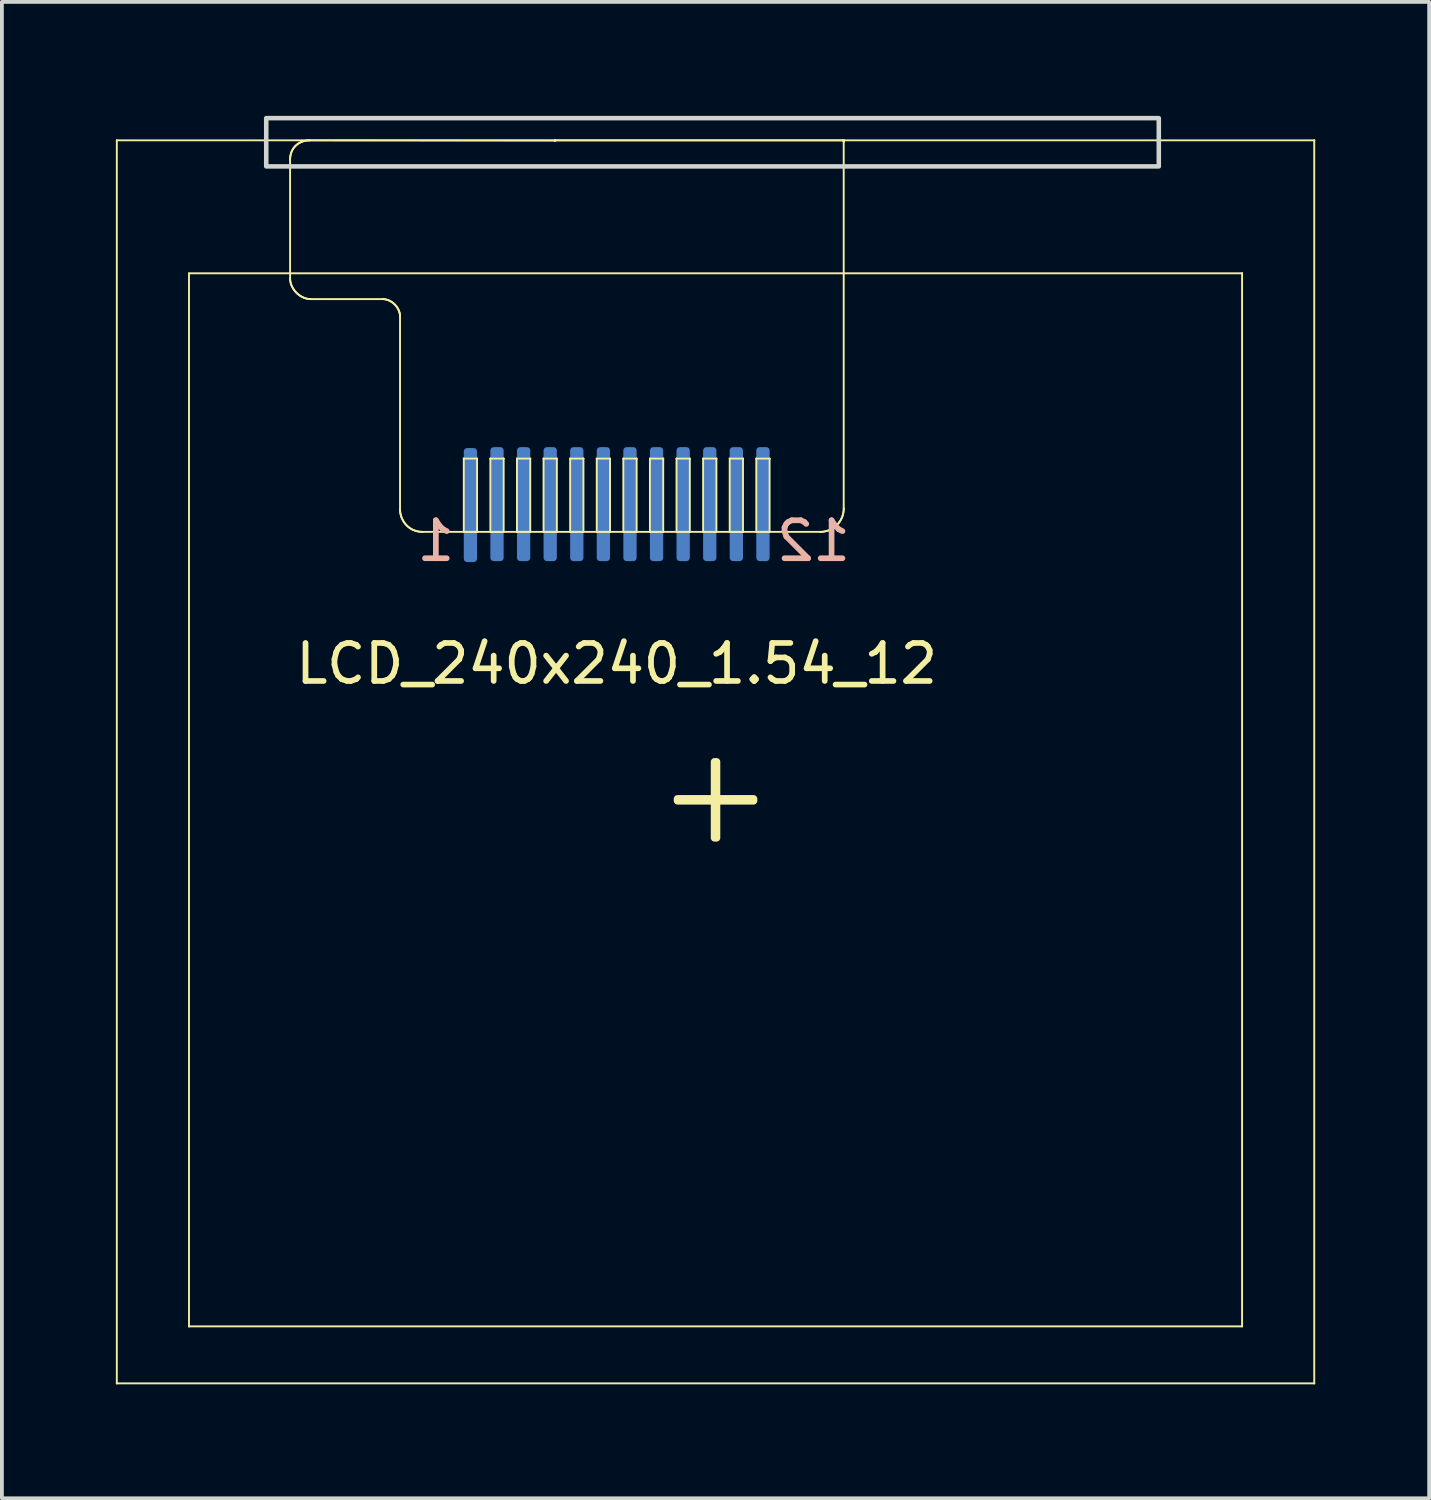
<source format=kicad_pcb>
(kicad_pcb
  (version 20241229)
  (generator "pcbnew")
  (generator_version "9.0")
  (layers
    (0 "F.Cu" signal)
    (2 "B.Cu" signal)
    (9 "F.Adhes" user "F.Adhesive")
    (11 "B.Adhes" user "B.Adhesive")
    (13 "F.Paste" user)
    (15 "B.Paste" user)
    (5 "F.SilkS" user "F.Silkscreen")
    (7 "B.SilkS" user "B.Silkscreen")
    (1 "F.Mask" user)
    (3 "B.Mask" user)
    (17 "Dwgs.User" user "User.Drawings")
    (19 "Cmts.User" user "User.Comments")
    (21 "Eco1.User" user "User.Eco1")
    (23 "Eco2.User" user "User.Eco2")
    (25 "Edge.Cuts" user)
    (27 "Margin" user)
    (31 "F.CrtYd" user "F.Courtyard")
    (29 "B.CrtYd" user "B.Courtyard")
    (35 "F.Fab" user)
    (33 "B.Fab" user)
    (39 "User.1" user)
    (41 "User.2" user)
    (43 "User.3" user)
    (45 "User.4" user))
  (footprint "LCD_240x240_1.54_12"
    (layer "F.Cu")
    (at 13.183 10.22)
    (property "Reference" "LCD_240x240_1.54_12" (at 0 4.2 0) (unlocked yes) (layer "F.SilkS") (effects (font (size 1 1) (thickness 0.15))))
    (attr smd)
    (fp_line (start -13.158 -9.576) (end 18.362 -9.576) (stroke (width 0.05) (type solid)) (layer "F.SilkS"))
    (fp_line (start -13.158 23.144) (end -13.158 -9.576) (stroke (width 0.05) (type solid)) (layer "F.SilkS"))
    (fp_line (start -13.158 23.144) (end -13.158 23.144) (stroke (width 0.05) (type solid)) (layer "F.SilkS"))
    (fp_line (start -11.258 -6.076) (end 16.462 -6.076) (stroke (width 0.05) (type solid)) (layer "F.SilkS"))
    (fp_line (start -11.258 21.644) (end -11.258 -6.076) (stroke (width 0.05) (type solid)) (layer "F.SilkS"))
    (fp_line (start -11.258 21.644) (end -11.258 21.644) (stroke (width 0.05) (type solid)) (layer "F.SilkS"))
    (fp_line (start -8.597 -9.062) (end -8.597 -9.062) (stroke (width 0.05) (type solid)) (layer "F.SilkS"))
    (fp_line (start -8.597 -9.062) (end -8.596 -9.093) (stroke (width 0.05) (type solid)) (layer "F.SilkS"))
    (fp_line (start -8.597 -5.941) (end -8.597 -9.062) (stroke (width 0.05) (type solid)) (layer "F.SilkS"))
    (fp_line (start -8.597 -5.941) (end -8.597 -5.941) (stroke (width 0.05) (type solid)) (layer "F.SilkS"))
    (fp_line (start -8.596 -9.093) (end -8.594 -9.123) (stroke (width 0.05) (type solid)) (layer "F.SilkS"))
    (fp_line (start -8.596 -5.916) (end -8.597 -5.941) (stroke (width 0.05) (type solid)) (layer "F.SilkS"))
    (fp_line (start -8.594 -9.123) (end -8.591 -9.152) (stroke (width 0.05) (type solid)) (layer "F.SilkS"))
    (fp_line (start -8.594 -5.89) (end -8.596 -5.916) (stroke (width 0.05) (type solid)) (layer "F.SilkS"))
    (fp_line (start -8.591 -9.152) (end -8.586 -9.18) (stroke (width 0.05) (type solid)) (layer "F.SilkS"))
    (fp_line (start -8.59 -5.865) (end -8.594 -5.89) (stroke (width 0.05) (type solid)) (layer "F.SilkS"))
    (fp_line (start -8.586 -9.18) (end -8.58 -9.208) (stroke (width 0.05) (type solid)) (layer "F.SilkS"))
    (fp_line (start -8.585 -5.84) (end -8.59 -5.865) (stroke (width 0.05) (type solid)) (layer "F.SilkS"))
    (fp_line (start -8.58 -9.208) (end -8.572 -9.234) (stroke (width 0.05) (type solid)) (layer "F.SilkS"))
    (fp_line (start -8.579 -5.815) (end -8.585 -5.84) (stroke (width 0.05) (type solid)) (layer "F.SilkS"))
    (fp_line (start -8.572 -9.234) (end -8.564 -9.259) (stroke (width 0.05) (type solid)) (layer "F.SilkS"))
    (fp_line (start -8.571 -5.79) (end -8.579 -5.815) (stroke (width 0.05) (type solid)) (layer "F.SilkS"))
    (fp_line (start -8.564 -9.259) (end -8.554 -9.284) (stroke (width 0.05) (type solid)) (layer "F.SilkS"))
    (fp_line (start -8.563 -5.766) (end -8.571 -5.79) (stroke (width 0.05) (type solid)) (layer "F.SilkS"))
    (fp_line (start -8.554 -9.284) (end -8.543 -9.307) (stroke (width 0.05) (type solid)) (layer "F.SilkS"))
    (fp_line (start -8.553 -5.742) (end -8.563 -5.766) (stroke (width 0.05) (type solid)) (layer "F.SilkS"))
    (fp_line (start -8.543 -9.307) (end -8.531 -9.33) (stroke (width 0.05) (type solid)) (layer "F.SilkS"))
    (fp_line (start -8.541 -5.718) (end -8.553 -5.742) (stroke (width 0.05) (type solid)) (layer "F.SilkS"))
    (fp_line (start -8.531 -9.33) (end -8.518 -9.351) (stroke (width 0.05) (type solid)) (layer "F.SilkS"))
    (fp_line (start -8.529 -5.695) (end -8.541 -5.718) (stroke (width 0.05) (type solid)) (layer "F.SilkS"))
    (fp_line (start -8.518 -9.351) (end -8.504 -9.372) (stroke (width 0.05) (type solid)) (layer "F.SilkS"))
    (fp_line (start -8.515 -5.672) (end -8.529 -5.695) (stroke (width 0.05) (type solid)) (layer "F.SilkS"))
    (fp_line (start -8.504 -9.372) (end -8.489 -9.392) (stroke (width 0.05) (type solid)) (layer "F.SilkS"))
    (fp_line (start -8.501 -5.65) (end -8.515 -5.672) (stroke (width 0.05) (type solid)) (layer "F.SilkS"))
    (fp_line (start -8.489 -9.392) (end -8.473 -9.41) (stroke (width 0.05) (type solid)) (layer "F.SilkS"))
    (fp_line (start -8.485 -5.628) (end -8.501 -5.65) (stroke (width 0.05) (type solid)) (layer "F.SilkS"))
    (fp_line (start -8.473 -9.41) (end -8.457 -9.428) (stroke (width 0.05) (type solid)) (layer "F.SilkS"))
    (fp_line (start -8.469 -5.607) (end -8.485 -5.628) (stroke (width 0.05) (type solid)) (layer "F.SilkS"))
    (fp_line (start -8.457 -9.428) (end -8.439 -9.445) (stroke (width 0.05) (type solid)) (layer "F.SilkS"))
    (fp_line (start -8.451 -5.587) (end -8.469 -5.607) (stroke (width 0.05) (type solid)) (layer "F.SilkS"))
    (fp_line (start -8.439 -9.445) (end -8.421 -9.46) (stroke (width 0.05) (type solid)) (layer "F.SilkS"))
    (fp_line (start -8.433 -5.567) (end -8.451 -5.587) (stroke (width 0.05) (type solid)) (layer "F.SilkS"))
    (fp_line (start -8.421 -9.46) (end -8.402 -9.475) (stroke (width 0.05) (type solid)) (layer "F.SilkS"))
    (fp_line (start -8.414 -5.549) (end -8.433 -5.567) (stroke (width 0.05) (type solid)) (layer "F.SilkS"))
    (fp_line (start -8.402 -9.475) (end -8.382 -9.489) (stroke (width 0.05) (type solid)) (layer "F.SilkS"))
    (fp_line (start -8.394 -5.531) (end -8.414 -5.549) (stroke (width 0.05) (type solid)) (layer "F.SilkS"))
    (fp_line (start -8.382 -9.489) (end -8.362 -9.502) (stroke (width 0.05) (type solid)) (layer "F.SilkS"))
    (fp_line (start -8.373 -5.514) (end -8.394 -5.531) (stroke (width 0.05) (type solid)) (layer "F.SilkS"))
    (fp_line (start -8.362 -9.502) (end -8.341 -9.513) (stroke (width 0.05) (type solid)) (layer "F.SilkS"))
    (fp_line (start -8.352 -5.498) (end -8.373 -5.514) (stroke (width 0.05) (type solid)) (layer "F.SilkS"))
    (fp_line (start -8.341 -9.513) (end -8.319 -9.524) (stroke (width 0.05) (type solid)) (layer "F.SilkS"))
    (fp_line (start -8.33 -5.483) (end -8.352 -5.498) (stroke (width 0.05) (type solid)) (layer "F.SilkS"))
    (fp_line (start -8.319 -9.524) (end -8.297 -9.534) (stroke (width 0.05) (type solid)) (layer "F.SilkS"))
    (fp_line (start -8.307 -5.468) (end -8.33 -5.483) (stroke (width 0.05) (type solid)) (layer "F.SilkS"))
    (fp_line (start -8.297 -9.534) (end -8.275 -9.543) (stroke (width 0.05) (type solid)) (layer "F.SilkS"))
    (fp_line (start -8.284 -5.456) (end -8.307 -5.468) (stroke (width 0.05) (type solid)) (layer "F.SilkS"))
    (fp_line (start -8.275 -9.543) (end -8.252 -9.55) (stroke (width 0.05) (type solid)) (layer "F.SilkS"))
    (fp_line (start -8.26 -5.444) (end -8.284 -5.456) (stroke (width 0.05) (type solid)) (layer "F.SilkS"))
    (fp_line (start -8.252 -9.55) (end -8.229 -9.557) (stroke (width 0.05) (type solid)) (layer "F.SilkS"))
    (fp_line (start -8.235 -5.433) (end -8.26 -5.444) (stroke (width 0.05) (type solid)) (layer "F.SilkS"))
    (fp_line (start -8.229 -9.557) (end -8.205 -9.563) (stroke (width 0.05) (type solid)) (layer "F.SilkS"))
    (fp_line (start -8.21 -5.424) (end -8.235 -5.433) (stroke (width 0.05) (type solid)) (layer "F.SilkS"))
    (fp_line (start -8.205 -9.563) (end -8.181 -9.567) (stroke (width 0.05) (type solid)) (layer "F.SilkS"))
    (fp_line (start -8.185 -5.416) (end -8.21 -5.424) (stroke (width 0.05) (type solid)) (layer "F.SilkS"))
    (fp_line (start -8.181 -9.567) (end -8.157 -9.571) (stroke (width 0.05) (type solid)) (layer "F.SilkS"))
    (fp_line (start -8.159 -5.409) (end -8.185 -5.416) (stroke (width 0.05) (type solid)) (layer "F.SilkS"))
    (fp_line (start -8.157 -9.571) (end -8.133 -9.574) (stroke (width 0.05) (type solid)) (layer "F.SilkS"))
    (fp_line (start -8.133 -5.404) (end -8.159 -5.409) (stroke (width 0.05) (type solid)) (layer "F.SilkS"))
    (fp_line (start -8.133 -9.574) (end -8.108 -9.575) (stroke (width 0.05) (type solid)) (layer "F.SilkS"))
    (fp_line (start -8.108 -9.575) (end -8.083 -9.576) (stroke (width 0.05) (type solid)) (layer "F.SilkS"))
    (fp_line (start -8.106 -5.4) (end -8.133 -5.404) (stroke (width 0.05) (type solid)) (layer "F.SilkS"))
    (fp_line (start -8.083 -9.576) (end -8.083 -9.576) (stroke (width 0.05) (type solid)) (layer "F.SilkS"))
    (fp_line (start -8.083 -9.576) (end -1.63 -9.571) (stroke (width 0.05) (type solid)) (layer "F.SilkS"))
    (fp_line (start -8.08 -5.398) (end -8.106 -5.4) (stroke (width 0.05) (type solid)) (layer "F.SilkS"))
    (fp_line (start -8.053 -5.397) (end -8.08 -5.398) (stroke (width 0.05) (type solid)) (layer "F.SilkS"))
    (fp_line (start -8.053 -5.397) (end -8.053 -5.397) (stroke (width 0.05) (type solid)) (layer "F.SilkS"))
    (fp_line (start -6.163 -5.397) (end -8.053 -5.397) (stroke (width 0.05) (type solid)) (layer "F.SilkS"))
    (fp_line (start -6.163 -5.397) (end -6.163 -5.397) (stroke (width 0.05) (type solid)) (layer "F.SilkS"))
    (fp_line (start -6.14 -5.396) (end -6.163 -5.397) (stroke (width 0.05) (type solid)) (layer "F.SilkS"))
    (fp_line (start -6.118 -5.394) (end -6.14 -5.396) (stroke (width 0.05) (type solid)) (layer "F.SilkS"))
    (fp_line (start -6.095 -5.391) (end -6.118 -5.394) (stroke (width 0.05) (type solid)) (layer "F.SilkS"))
    (fp_line (start -6.073 -5.387) (end -6.095 -5.391) (stroke (width 0.05) (type solid)) (layer "F.SilkS"))
    (fp_line (start -6.052 -5.381) (end -6.073 -5.387) (stroke (width 0.05) (type solid)) (layer "F.SilkS"))
    (fp_line (start -6.03 -5.374) (end -6.052 -5.381) (stroke (width 0.05) (type solid)) (layer "F.SilkS"))
    (fp_line (start -6.009 -5.367) (end -6.03 -5.374) (stroke (width 0.05) (type solid)) (layer "F.SilkS"))
    (fp_line (start -5.989 -5.358) (end -6.009 -5.367) (stroke (width 0.05) (type solid)) (layer "F.SilkS"))
    (fp_line (start -5.968 -5.348) (end -5.989 -5.358) (stroke (width 0.05) (type solid)) (layer "F.SilkS"))
    (fp_line (start -5.949 -5.337) (end -5.968 -5.348) (stroke (width 0.05) (type solid)) (layer "F.SilkS"))
    (fp_line (start -5.929 -5.326) (end -5.949 -5.337) (stroke (width 0.05) (type solid)) (layer "F.SilkS"))
    (fp_line (start -5.911 -5.313) (end -5.929 -5.326) (stroke (width 0.05) (type solid)) (layer "F.SilkS"))
    (fp_line (start -5.892 -5.3) (end -5.911 -5.313) (stroke (width 0.05) (type solid)) (layer "F.SilkS"))
    (fp_line (start -5.875 -5.285) (end -5.892 -5.3) (stroke (width 0.05) (type solid)) (layer "F.SilkS"))
    (fp_line (start -5.858 -5.27) (end -5.875 -5.285) (stroke (width 0.05) (type solid)) (layer "F.SilkS"))
    (fp_line (start -5.842 -5.255) (end -5.858 -5.27) (stroke (width 0.05) (type solid)) (layer "F.SilkS"))
    (fp_line (start -5.826 -5.238) (end -5.842 -5.255) (stroke (width 0.05) (type solid)) (layer "F.SilkS"))
    (fp_line (start -5.811 -5.221) (end -5.826 -5.238) (stroke (width 0.05) (type solid)) (layer "F.SilkS"))
    (fp_line (start -5.797 -5.203) (end -5.811 -5.221) (stroke (width 0.05) (type solid)) (layer "F.SilkS"))
    (fp_line (start -5.784 -5.185) (end -5.797 -5.203) (stroke (width 0.05) (type solid)) (layer "F.SilkS"))
    (fp_line (start -5.772 -5.166) (end -5.784 -5.185) (stroke (width 0.05) (type solid)) (layer "F.SilkS"))
    (fp_line (start -5.76 -5.147) (end -5.772 -5.166) (stroke (width 0.05) (type solid)) (layer "F.SilkS"))
    (fp_line (start -5.75 -5.127) (end -5.76 -5.147) (stroke (width 0.05) (type solid)) (layer "F.SilkS"))
    (fp_line (start -5.74 -5.107) (end -5.75 -5.127) (stroke (width 0.05) (type solid)) (layer "F.SilkS"))
    (fp_line (start -5.732 -5.087) (end -5.74 -5.107) (stroke (width 0.05) (type solid)) (layer "F.SilkS"))
    (fp_line (start -5.724 -5.066) (end -5.732 -5.087) (stroke (width 0.05) (type solid)) (layer "F.SilkS"))
    (fp_line (start -5.718 -5.045) (end -5.724 -5.066) (stroke (width 0.05) (type solid)) (layer "F.SilkS"))
    (fp_line (start -5.712 -5.023) (end -5.718 -5.045) (stroke (width 0.05) (type solid)) (layer "F.SilkS"))
    (fp_line (start -5.708 -5.002) (end -5.712 -5.023) (stroke (width 0.05) (type solid)) (layer "F.SilkS"))
    (fp_line (start -5.705 -4.98) (end -5.708 -5.002) (stroke (width 0.05) (type solid)) (layer "F.SilkS"))
    (fp_line (start -5.703 -4.958) (end -5.705 -4.98) (stroke (width 0.05) (type solid)) (layer "F.SilkS"))
    (fp_line (start -5.703 -4.936) (end -5.703 -4.958) (stroke (width 0.05) (type solid)) (layer "F.SilkS"))
    (fp_line (start -5.703 -4.936) (end -5.703 -4.936) (stroke (width 0.05) (type solid)) (layer "F.SilkS"))
    (fp_line (start -5.703 0.141) (end -5.703 -4.936) (stroke (width 0.05) (type solid)) (layer "F.SilkS"))
    (fp_line (start -5.703 0.141) (end -5.703 0.141) (stroke (width 0.05) (type solid)) (layer "F.SilkS"))
    (fp_line (start -5.702 0.168) (end -5.703 0.141) (stroke (width 0.05) (type solid)) (layer "F.SilkS"))
    (fp_line (start -5.7 0.195) (end -5.702 0.168) (stroke (width 0.05) (type solid)) (layer "F.SilkS"))
    (fp_line (start -5.697 0.222) (end -5.7 0.195) (stroke (width 0.05) (type solid)) (layer "F.SilkS"))
    (fp_line (start -5.692 0.249) (end -5.697 0.222) (stroke (width 0.05) (type solid)) (layer "F.SilkS"))
    (fp_line (start -5.686 0.276) (end -5.692 0.249) (stroke (width 0.05) (type solid)) (layer "F.SilkS"))
    (fp_line (start -5.679 0.302) (end -5.686 0.276) (stroke (width 0.05) (type solid)) (layer "F.SilkS"))
    (fp_line (start -5.671 0.329) (end -5.679 0.302) (stroke (width 0.05) (type solid)) (layer "F.SilkS"))
    (fp_line (start -5.662 0.355) (end -5.671 0.329) (stroke (width 0.05) (type solid)) (layer "F.SilkS"))
    (fp_line (start -5.651 0.38) (end -5.662 0.355) (stroke (width 0.05) (type solid)) (layer "F.SilkS"))
    (fp_line (start -5.639 0.405) (end -5.651 0.38) (stroke (width 0.05) (type solid)) (layer "F.SilkS"))
    (fp_line (start -5.626 0.43) (end -5.639 0.405) (stroke (width 0.05) (type solid)) (layer "F.SilkS"))
    (fp_line (start -5.612 0.454) (end -5.626 0.43) (stroke (width 0.05) (type solid)) (layer "F.SilkS"))
    (fp_line (start -5.597 0.477) (end -5.612 0.454) (stroke (width 0.05) (type solid)) (layer "F.SilkS"))
    (fp_line (start -5.58 0.5) (end -5.597 0.477) (stroke (width 0.05) (type solid)) (layer "F.SilkS"))
    (fp_line (start -5.563 0.522) (end -5.58 0.5) (stroke (width 0.05) (type solid)) (layer "F.SilkS"))
    (fp_line (start -5.544 0.544) (end -5.563 0.522) (stroke (width 0.05) (type solid)) (layer "F.SilkS"))
    (fp_line (start -5.524 0.564) (end -5.544 0.544) (stroke (width 0.05) (type solid)) (layer "F.SilkS"))
    (fp_line (start -5.504 0.584) (end -5.524 0.564) (stroke (width 0.05) (type solid)) (layer "F.SilkS"))
    (fp_line (start -5.482 0.602) (end -5.504 0.584) (stroke (width 0.05) (type solid)) (layer "F.SilkS"))
    (fp_line (start -5.459 0.62) (end -5.482 0.602) (stroke (width 0.05) (type solid)) (layer "F.SilkS"))
    (fp_line (start -5.436 0.636) (end -5.459 0.62) (stroke (width 0.05) (type solid)) (layer "F.SilkS"))
    (fp_line (start -5.411 0.651) (end -5.436 0.636) (stroke (width 0.05) (type solid)) (layer "F.SilkS"))
    (fp_line (start -5.385 0.666) (end -5.411 0.651) (stroke (width 0.05) (type solid)) (layer "F.SilkS"))
    (fp_line (start -5.359 0.679) (end -5.385 0.666) (stroke (width 0.05) (type solid)) (layer "F.SilkS"))
    (fp_line (start -5.331 0.69) (end -5.359 0.679) (stroke (width 0.05) (type solid)) (layer "F.SilkS"))
    (fp_line (start -5.303 0.7) (end -5.331 0.69) (stroke (width 0.05) (type solid)) (layer "F.SilkS"))
    (fp_line (start -5.273 0.709) (end -5.303 0.7) (stroke (width 0.05) (type solid)) (layer "F.SilkS"))
    (fp_line (start -5.243 0.717) (end -5.273 0.709) (stroke (width 0.05) (type solid)) (layer "F.SilkS"))
    (fp_line (start -5.212 0.722) (end -5.243 0.717) (stroke (width 0.05) (type solid)) (layer "F.SilkS"))
    (fp_line (start -5.18 0.727) (end -5.212 0.722) (stroke (width 0.05) (type solid)) (layer "F.SilkS"))
    (fp_line (start -5.148 0.729) (end -5.18 0.727) (stroke (width 0.05) (type solid)) (layer "F.SilkS"))
    (fp_line (start -5.114 0.73) (end -5.148 0.729) (stroke (width 0.05) (type solid)) (layer "F.SilkS"))
    (fp_line (start -4.025 -1.198) (end -4.025 -1.198) (stroke (width 0.05) (type solid)) (layer "F.SilkS"))
    (fp_line (start -4.025 -1.198) (end -4.025 0.73) (stroke (width 0.05) (type solid)) (layer "F.SilkS"))
    (fp_line (start -4.025 0.73) (end -3.675 0.73) (stroke (width 0.05) (type solid)) (layer "F.SilkS"))
    (fp_line (start -3.675 -1.198) (end -4.025 -1.198) (stroke (width 0.05) (type solid)) (layer "F.SilkS"))
    (fp_line (start -3.675 -1.198) (end -3.675 -1.198) (stroke (width 0.05) (type solid)) (layer "F.SilkS"))
    (fp_line (start -3.675 0.73) (end -3.675 -1.198) (stroke (width 0.05) (type solid)) (layer "F.SilkS"))
    (fp_line (start -3.675 0.73) (end -3.675 0.73) (stroke (width 0.05) (type solid)) (layer "F.SilkS"))
    (fp_line (start -3.325 -1.198) (end -3.325 -1.198) (stroke (width 0.05) (type solid)) (layer "F.SilkS"))
    (fp_line (start -3.325 -1.198) (end -3.325 0.73) (stroke (width 0.05) (type solid)) (layer "F.SilkS"))
    (fp_line (start -3.325 0.73) (end -2.975 0.73) (stroke (width 0.05) (type solid)) (layer "F.SilkS"))
    (fp_line (start -2.975 -1.198) (end -3.325 -1.198) (stroke (width 0.05) (type solid)) (layer "F.SilkS"))
    (fp_line (start -2.975 -1.198) (end -2.975 -1.198) (stroke (width 0.05) (type solid)) (layer "F.SilkS"))
    (fp_line (start -2.975 0.73) (end -2.975 -1.198) (stroke (width 0.05) (type solid)) (layer "F.SilkS"))
    (fp_line (start -2.975 0.73) (end -2.975 0.73) (stroke (width 0.05) (type solid)) (layer "F.SilkS"))
    (fp_line (start -2.625 -1.198) (end -2.625 -1.198) (stroke (width 0.05) (type solid)) (layer "F.SilkS"))
    (fp_line (start -2.625 -1.198) (end -2.625 0.73) (stroke (width 0.05) (type solid)) (layer "F.SilkS"))
    (fp_line (start -2.625 0.73) (end -2.275 0.73) (stroke (width 0.05) (type solid)) (layer "F.SilkS"))
    (fp_line (start -2.275 -1.198) (end -2.625 -1.198) (stroke (width 0.05) (type solid)) (layer "F.SilkS"))
    (fp_line (start -2.275 -1.198) (end -2.275 -1.198) (stroke (width 0.05) (type solid)) (layer "F.SilkS"))
    (fp_line (start -2.275 0.73) (end -2.275 -1.198) (stroke (width 0.05) (type solid)) (layer "F.SilkS"))
    (fp_line (start -2.275 0.73) (end -2.275 0.73) (stroke (width 0.05) (type solid)) (layer "F.SilkS"))
    (fp_line (start -1.925 -1.198) (end -1.925 -1.198) (stroke (width 0.05) (type solid)) (layer "F.SilkS"))
    (fp_line (start -1.925 -1.198) (end -1.925 0.73) (stroke (width 0.05) (type solid)) (layer "F.SilkS"))
    (fp_line (start -1.925 0.73) (end -1.575 0.73) (stroke (width 0.05) (type solid)) (layer "F.SilkS"))
    (fp_line (start -1.63 -9.571) (end -1.63 -9.571) (stroke (width 0.05) (type solid)) (layer "F.SilkS"))
    (fp_line (start -1.63 -9.571) (end -1.63 -9.571) (stroke (width 0.05) (type solid)) (layer "F.SilkS"))
    (fp_line (start -1.63 -9.571) (end -1.629 -9.572) (stroke (width 0.05) (type solid)) (layer "F.SilkS"))
    (fp_line (start -1.629 -9.572) (end -1.628 -9.572) (stroke (width 0.05) (type solid)) (layer "F.SilkS"))
    (fp_line (start -1.628 -9.572) (end -1.627 -9.573) (stroke (width 0.05) (type solid)) (layer "F.SilkS"))
    (fp_line (start -1.627 -9.573) (end -1.626 -9.574) (stroke (width 0.05) (type solid)) (layer "F.SilkS"))
    (fp_line (start -1.626 -9.574) (end -1.623 -9.575) (stroke (width 0.05) (type solid)) (layer "F.SilkS"))
    (fp_line (start -1.623 -9.575) (end -1.622 -9.576) (stroke (width 0.05) (type solid)) (layer "F.SilkS"))
    (fp_line (start -1.622 -9.576) (end -1.621 -9.576) (stroke (width 0.05) (type solid)) (layer "F.SilkS"))
    (fp_line (start -1.621 -9.576) (end -1.621 -9.576) (stroke (width 0.05) (type solid)) (layer "F.SilkS"))
    (fp_line (start -1.621 -9.576) (end 5.978 -9.576) (stroke (width 0.05) (type solid)) (layer "F.SilkS"))
    (fp_line (start -1.575 -1.198) (end -1.925 -1.198) (stroke (width 0.05) (type solid)) (layer "F.SilkS"))
    (fp_line (start -1.575 -1.198) (end -1.575 -1.198) (stroke (width 0.05) (type solid)) (layer "F.SilkS"))
    (fp_line (start -1.575 0.73) (end -1.575 -1.198) (stroke (width 0.05) (type solid)) (layer "F.SilkS"))
    (fp_line (start -1.575 0.73) (end -1.575 0.73) (stroke (width 0.05) (type solid)) (layer "F.SilkS"))
    (fp_line (start -1.225 -1.198) (end -1.225 -1.198) (stroke (width 0.05) (type solid)) (layer "F.SilkS"))
    (fp_line (start -1.225 -1.198) (end -1.225 0.73) (stroke (width 0.05) (type solid)) (layer "F.SilkS"))
    (fp_line (start -1.225 0.73) (end -0.875 0.73) (stroke (width 0.05) (type solid)) (layer "F.SilkS"))
    (fp_line (start -0.875 -1.198) (end -1.225 -1.198) (stroke (width 0.05) (type solid)) (layer "F.SilkS"))
    (fp_line (start -0.875 -1.198) (end -0.875 -1.198) (stroke (width 0.05) (type solid)) (layer "F.SilkS"))
    (fp_line (start -0.875 0.73) (end -0.875 -1.198) (stroke (width 0.05) (type solid)) (layer "F.SilkS"))
    (fp_line (start -0.875 0.73) (end -0.875 0.73) (stroke (width 0.05) (type solid)) (layer "F.SilkS"))
    (fp_line (start -0.525 -1.198) (end -0.525 -1.198) (stroke (width 0.05) (type solid)) (layer "F.SilkS"))
    (fp_line (start -0.525 -1.198) (end -0.525 0.73) (stroke (width 0.05) (type solid)) (layer "F.SilkS"))
    (fp_line (start -0.525 0.73) (end -0.175 0.73) (stroke (width 0.05) (type solid)) (layer "F.SilkS"))
    (fp_line (start -0.175 -1.198) (end -0.525 -1.198) (stroke (width 0.05) (type solid)) (layer "F.SilkS"))
    (fp_line (start -0.175 -1.198) (end -0.175 -1.198) (stroke (width 0.05) (type solid)) (layer "F.SilkS"))
    (fp_line (start -0.175 0.73) (end -0.175 -1.198) (stroke (width 0.05) (type solid)) (layer "F.SilkS"))
    (fp_line (start -0.175 0.73) (end -0.175 0.73) (stroke (width 0.05) (type solid)) (layer "F.SilkS"))
    (fp_line (start 0.175 -1.198) (end 0.175 -1.198) (stroke (width 0.05) (type solid)) (layer "F.SilkS"))
    (fp_line (start 0.175 -1.198) (end 0.175 0.73) (stroke (width 0.05) (type solid)) (layer "F.SilkS"))
    (fp_line (start 0.175 0.73) (end 0.525 0.73) (stroke (width 0.05) (type solid)) (layer "F.SilkS"))
    (fp_line (start 0.525 -1.198) (end 0.175 -1.198) (stroke (width 0.05) (type solid)) (layer "F.SilkS"))
    (fp_line (start 0.525 -1.198) (end 0.525 -1.198) (stroke (width 0.05) (type solid)) (layer "F.SilkS"))
    (fp_line (start 0.525 0.73) (end 0.525 -1.198) (stroke (width 0.05) (type solid)) (layer "F.SilkS"))
    (fp_line (start 0.525 0.73) (end 0.525 0.73) (stroke (width 0.05) (type solid)) (layer "F.SilkS"))
    (fp_line (start 0.875 -1.198) (end 0.875 -1.198) (stroke (width 0.05) (type solid)) (layer "F.SilkS"))
    (fp_line (start 0.875 -1.198) (end 0.875 0.73) (stroke (width 0.05) (type solid)) (layer "F.SilkS"))
    (fp_line (start 0.875 0.73) (end 1.225 0.73) (stroke (width 0.05) (type solid)) (layer "F.SilkS"))
    (fp_line (start 1.225 -1.198) (end 0.875 -1.198) (stroke (width 0.05) (type solid)) (layer "F.SilkS"))
    (fp_line (start 1.225 -1.198) (end 1.225 -1.198) (stroke (width 0.05) (type solid)) (layer "F.SilkS"))
    (fp_line (start 1.225 0.73) (end 1.225 -1.198) (stroke (width 0.05) (type solid)) (layer "F.SilkS"))
    (fp_line (start 1.225 0.73) (end 1.225 0.73) (stroke (width 0.05) (type solid)) (layer "F.SilkS"))
    (fp_line (start 1.575 -1.198) (end 1.575 -1.198) (stroke (width 0.05) (type solid)) (layer "F.SilkS"))
    (fp_line (start 1.575 -1.198) (end 1.575 0.73) (stroke (width 0.05) (type solid)) (layer "F.SilkS"))
    (fp_line (start 1.575 0.73) (end 1.925 0.73) (stroke (width 0.05) (type solid)) (layer "F.SilkS"))
    (fp_line (start 1.925 -1.198) (end 1.575 -1.198) (stroke (width 0.05) (type solid)) (layer "F.SilkS"))
    (fp_line (start 1.925 -1.198) (end 1.925 -1.198) (stroke (width 0.05) (type solid)) (layer "F.SilkS"))
    (fp_line (start 1.925 0.73) (end 1.925 -1.198) (stroke (width 0.05) (type solid)) (layer "F.SilkS"))
    (fp_line (start 1.925 0.73) (end 1.925 0.73) (stroke (width 0.05) (type solid)) (layer "F.SilkS"))
    (fp_line (start 2.275 -1.198) (end 2.275 -1.198) (stroke (width 0.05) (type solid)) (layer "F.SilkS"))
    (fp_line (start 2.275 -1.198) (end 2.275 0.73) (stroke (width 0.05) (type solid)) (layer "F.SilkS"))
    (fp_line (start 2.275 0.73) (end 2.625 0.73) (stroke (width 0.05) (type solid)) (layer "F.SilkS"))
    (fp_line (start 2.625 -1.198) (end 2.275 -1.198) (stroke (width 0.05) (type solid)) (layer "F.SilkS"))
    (fp_line (start 2.625 -1.198) (end 2.625 -1.198) (stroke (width 0.05) (type solid)) (layer "F.SilkS"))
    (fp_line (start 2.625 0.73) (end 2.625 -1.198) (stroke (width 0.05) (type solid)) (layer "F.SilkS"))
    (fp_line (start 2.625 0.73) (end 2.625 0.73) (stroke (width 0.05) (type solid)) (layer "F.SilkS"))
    (fp_line (start 2.975 -1.198) (end 2.975 -1.198) (stroke (width 0.05) (type solid)) (layer "F.SilkS"))
    (fp_line (start 2.975 -1.198) (end 2.975 0.73) (stroke (width 0.05) (type solid)) (layer "F.SilkS"))
    (fp_line (start 2.975 0.73) (end 3.325 0.73) (stroke (width 0.05) (type solid)) (layer "F.SilkS"))
    (fp_line (start 3.325 -1.198) (end 2.975 -1.198) (stroke (width 0.05) (type solid)) (layer "F.SilkS"))
    (fp_line (start 3.325 -1.198) (end 3.325 -1.198) (stroke (width 0.05) (type solid)) (layer "F.SilkS"))
    (fp_line (start 3.325 0.73) (end 3.325 -1.198) (stroke (width 0.05) (type solid)) (layer "F.SilkS"))
    (fp_line (start 3.325 0.73) (end 3.325 0.73) (stroke (width 0.05) (type solid)) (layer "F.SilkS"))
    (fp_line (start 3.675 -1.198) (end 3.675 -1.198) (stroke (width 0.05) (type solid)) (layer "F.SilkS"))
    (fp_line (start 3.675 -1.198) (end 3.675 0.73) (stroke (width 0.05) (type solid)) (layer "F.SilkS"))
    (fp_line (start 3.675 0.73) (end 4.025 0.73) (stroke (width 0.05) (type solid)) (layer "F.SilkS"))
    (fp_line (start 4.025 -1.198) (end 3.675 -1.198) (stroke (width 0.05) (type solid)) (layer "F.SilkS"))
    (fp_line (start 4.025 -1.198) (end 4.025 -1.198) (stroke (width 0.05) (type solid)) (layer "F.SilkS"))
    (fp_line (start 4.025 0.73) (end 4.025 -1.198) (stroke (width 0.05) (type solid)) (layer "F.SilkS"))
    (fp_line (start 4.025 0.73) (end 4.025 0.73) (stroke (width 0.05) (type solid)) (layer "F.SilkS"))
    (fp_line (start 5.363 0.73) (end -5.114 0.73) (stroke (width 0.05) (type solid)) (layer "F.SilkS"))
    (fp_line (start 5.363 0.73) (end 5.363 0.73) (stroke (width 0.05) (type solid)) (layer "F.SilkS"))
    (fp_line (start 5.393 0.729) (end 5.363 0.73) (stroke (width 0.05) (type solid)) (layer "F.SilkS"))
    (fp_line (start 5.424 0.727) (end 5.393 0.729) (stroke (width 0.05) (type solid)) (layer "F.SilkS"))
    (fp_line (start 5.453 0.723) (end 5.424 0.727) (stroke (width 0.05) (type solid)) (layer "F.SilkS"))
    (fp_line (start 5.483 0.718) (end 5.453 0.723) (stroke (width 0.05) (type solid)) (layer "F.SilkS"))
    (fp_line (start 5.512 0.711) (end 5.483 0.718) (stroke (width 0.05) (type solid)) (layer "F.SilkS"))
    (fp_line (start 5.54 0.703) (end 5.512 0.711) (stroke (width 0.05) (type solid)) (layer "F.SilkS"))
    (fp_line (start 5.569 0.694) (end 5.54 0.703) (stroke (width 0.05) (type solid)) (layer "F.SilkS"))
    (fp_line (start 5.596 0.683) (end 5.569 0.694) (stroke (width 0.05) (type solid)) (layer "F.SilkS"))
    (fp_line (start 5.623 0.671) (end 5.596 0.683) (stroke (width 0.05) (type solid)) (layer "F.SilkS"))
    (fp_line (start 5.65 0.658) (end 5.623 0.671) (stroke (width 0.05) (type solid)) (layer "F.SilkS"))
    (fp_line (start 5.675 0.643) (end 5.65 0.658) (stroke (width 0.05) (type solid)) (layer "F.SilkS"))
    (fp_line (start 5.7 0.627) (end 5.675 0.643) (stroke (width 0.05) (type solid)) (layer "F.SilkS"))
    (fp_line (start 5.724 0.611) (end 5.7 0.627) (stroke (width 0.05) (type solid)) (layer "F.SilkS"))
    (fp_line (start 5.748 0.593) (end 5.724 0.611) (stroke (width 0.05) (type solid)) (layer "F.SilkS"))
    (fp_line (start 5.77 0.573) (end 5.748 0.593) (stroke (width 0.05) (type solid)) (layer "F.SilkS"))
    (fp_line (start 5.792 0.553) (end 5.77 0.573) (stroke (width 0.05) (type solid)) (layer "F.SilkS"))
    (fp_line (start 5.812 0.532) (end 5.792 0.553) (stroke (width 0.05) (type solid)) (layer "F.SilkS"))
    (fp_line (start 5.832 0.51) (end 5.812 0.532) (stroke (width 0.05) (type solid)) (layer "F.SilkS"))
    (fp_line (start 5.851 0.487) (end 5.832 0.51) (stroke (width 0.05) (type solid)) (layer "F.SilkS"))
    (fp_line (start 5.868 0.463) (end 5.851 0.487) (stroke (width 0.05) (type solid)) (layer "F.SilkS"))
    (fp_line (start 5.885 0.438) (end 5.868 0.463) (stroke (width 0.05) (type solid)) (layer "F.SilkS"))
    (fp_line (start 5.9 0.412) (end 5.885 0.438) (stroke (width 0.05) (type solid)) (layer "F.SilkS"))
    (fp_line (start 5.914 0.386) (end 5.9 0.412) (stroke (width 0.05) (type solid)) (layer "F.SilkS"))
    (fp_line (start 5.926 0.359) (end 5.914 0.386) (stroke (width 0.05) (type solid)) (layer "F.SilkS"))
    (fp_line (start 5.938 0.331) (end 5.926 0.359) (stroke (width 0.05) (type solid)) (layer "F.SilkS"))
    (fp_line (start 5.948 0.302) (end 5.938 0.331) (stroke (width 0.05) (type solid)) (layer "F.SilkS"))
    (fp_line (start 5.956 0.272) (end 5.948 0.302) (stroke (width 0.05) (type solid)) (layer "F.SilkS"))
    (fp_line (start 5.963 0.242) (end 5.956 0.272) (stroke (width 0.05) (type solid)) (layer "F.SilkS"))
    (fp_line (start 5.969 0.212) (end 5.963 0.242) (stroke (width 0.05) (type solid)) (layer "F.SilkS"))
    (fp_line (start 5.973 0.18) (end 5.969 0.212) (stroke (width 0.05) (type solid)) (layer "F.SilkS"))
    (fp_line (start 5.976 0.148) (end 5.973 0.18) (stroke (width 0.05) (type solid)) (layer "F.SilkS"))
    (fp_line (start 5.976 -9.544) (end 5.976 -9.544) (stroke (width 0.05) (type solid)) (layer "F.SilkS"))
    (fp_line (start 5.976 -9.544) (end 5.976 0.116) (stroke (width 0.05) (type solid)) (layer "F.SilkS"))
    (fp_line (start 5.976 0.116) (end 5.976 0.148) (stroke (width 0.05) (type solid)) (layer "F.SilkS"))
    (fp_line (start 5.976 0.116) (end 5.976 0.116) (stroke (width 0.05) (type solid)) (layer "F.SilkS"))
    (fp_line (start 5.977 -9.544) (end 5.976 -9.544) (stroke (width 0.05) (type solid)) (layer "F.SilkS"))
    (fp_line (start 5.977 -9.544) (end 5.977 -9.544) (stroke (width 0.05) (type solid)) (layer "F.SilkS"))
    (fp_line (start 5.977 -9.548) (end 5.977 -9.544) (stroke (width 0.05) (type solid)) (layer "F.SilkS"))
    (fp_line (start 5.977 -9.552) (end 5.977 -9.548) (stroke (width 0.05) (type solid)) (layer "F.SilkS"))
    (fp_line (start 5.977 -9.56) (end 5.977 -9.552) (stroke (width 0.05) (type solid)) (layer "F.SilkS"))
    (fp_line (start 5.978 -9.568) (end 5.977 -9.56) (stroke (width 0.05) (type solid)) (layer "F.SilkS"))
    (fp_line (start 5.978 -9.576) (end 5.978 -9.568) (stroke (width 0.05) (type solid)) (layer "F.SilkS"))
    (fp_line (start 5.978 -9.576) (end 5.978 -9.576) (stroke (width 0.05) (type solid)) (layer "F.SilkS"))
    (fp_line (start 16.462 -6.076) (end 16.462 -6.076) (stroke (width 0.05) (type solid)) (layer "F.SilkS"))
    (fp_line (start 16.462 -6.076) (end 16.462 21.644) (stroke (width 0.05) (type solid)) (layer "F.SilkS"))
    (fp_line (start 16.462 21.644) (end -11.258 21.644) (stroke (width 0.05) (type solid)) (layer "F.SilkS"))
    (fp_line (start 16.462 21.644) (end 16.462 21.644) (stroke (width 0.05) (type solid)) (layer "F.SilkS"))
    (fp_line (start 18.362 -9.576) (end 18.362 -9.576) (stroke (width 0.05) (type solid)) (layer "F.SilkS"))
    (fp_line (start 18.362 -9.576) (end 18.362 23.144) (stroke (width 0.05) (type solid)) (layer "F.SilkS"))
    (fp_line (start 18.362 23.144) (end -13.158 23.144) (stroke (width 0.05) (type solid)) (layer "F.SilkS"))
    (fp_line (start 18.362 23.144) (end 18.362 23.144) (stroke (width 0.05) (type solid)) (layer "F.SilkS"))
    (fp_poly (pts (xy 2.577 7.809) (xy 1.602 7.809) (xy 1.602 7.759) (xy 2.577 7.759)) (stroke (width 0.2) (type solid)) (fill yes) (layer "F.SilkS"))
    (fp_poly (pts (xy 2.627 7.759) (xy 2.577 7.759) (xy 2.577 6.784) (xy 2.627 6.784)) (stroke (width 0.2) (type solid)) (fill yes) (layer "F.SilkS"))
    (fp_poly (pts (xy 2.627 8.784) (xy 2.577 8.784) (xy 2.577 7.809) (xy 2.627 7.809)) (stroke (width 0.2) (type solid)) (fill yes) (layer "F.SilkS"))
    (fp_poly (pts (xy 3.602 7.809) (xy 2.627 7.809) (xy 2.627 7.759) (xy 3.602 7.759)) (stroke (width 0.2) (type solid)) (fill yes) (layer "F.SilkS"))
    (fp_rect (start -9.225 -10.16) (end 14.27 -8.89) (stroke (width 0.12) (type solid)) (fill no) (layer "Edge.Cuts"))
    (fp_text user "12" (at 5.18 0.97 0) (unlocked yes) (layer "B.SilkS") (effects (font (size 1 1) (thickness 0.15)) (justify mirror)))
    (fp_text user "1" (at -4.76 0.97 0) (unlocked yes) (layer "B.SilkS") (effects (font (size 1 1) (thickness 0.15)) (justify mirror)))
    (pad "1" smd roundrect (at -3.85 0.025 270) (size 3 0.35) (layers "B.Cu" "B.Mask" "B.Paste") (roundrect_rratio 0.25))
    (pad "2" smd roundrect (at -3.15 0 270) (size 3 0.35) (layers "B.Cu" "B.Mask" "B.Paste") (roundrect_rratio 0.25))
    (pad "3" smd roundrect (at -2.45 0 270) (size 3 0.35) (layers "B.Cu" "B.Mask" "B.Paste") (roundrect_rratio 0.25))
    (pad "4" smd roundrect (at -1.75 0 270) (size 3 0.35) (layers "B.Cu" "B.Mask" "B.Paste") (roundrect_rratio 0.25))
    (pad "5" smd roundrect (at -1.05 0 270) (size 3 0.35) (layers "B.Cu" "B.Mask" "B.Paste") (roundrect_rratio 0.25))
    (pad "6" smd roundrect (at -0.35 0 270) (size 3 0.35) (layers "B.Cu" "B.Mask" "B.Paste") (roundrect_rratio 0.25))
    (pad "7" smd roundrect (at 0.35 0 270) (size 3 0.35) (layers "B.Cu" "B.Mask" "B.Paste") (roundrect_rratio 0.25))
    (pad "8" smd roundrect (at 1.05 0 270) (size 3 0.35) (layers "B.Cu" "B.Mask" "B.Paste") (roundrect_rratio 0.25))
    (pad "9" smd roundrect (at 1.75 0 270) (size 3 0.35) (layers "B.Cu" "B.Mask" "B.Paste") (roundrect_rratio 0.25))
    (pad "10" smd roundrect (at 2.45 0 270) (size 3 0.35) (layers "B.Cu" "B.Mask" "B.Paste") (roundrect_rratio 0.25))
    (pad "11" smd roundrect (at 3.15 0 270) (size 3 0.35) (layers "B.Cu" "B.Mask" "B.Paste") (roundrect_rratio 0.25))
    (pad "12" smd roundrect (at 3.85 0 270) (size 3 0.35) (layers "B.Cu" "B.Mask" "B.Paste") (roundrect_rratio 0.25)))
  (gr_rect
    (start -3 -3)
    (end 34.57 36.389)
    (stroke (width 0.1) (type default))
    (fill no)
    (layer "Edge.Cuts")))
</source>
